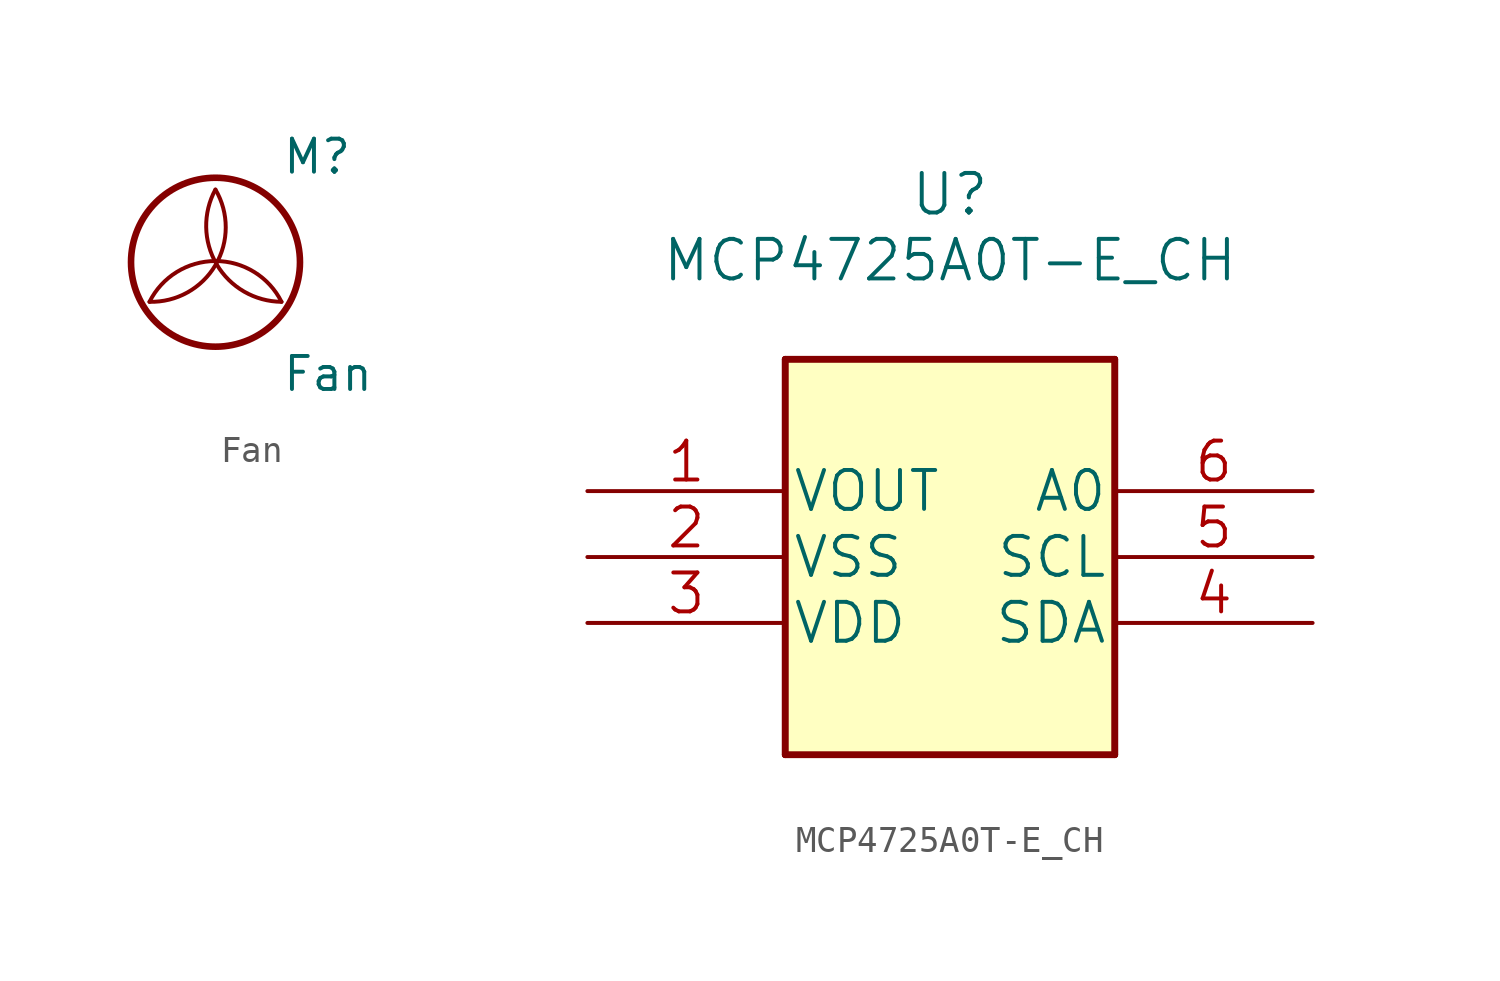
<source format=kicad_sym>
(kicad_symbol_lib
  (version 20211014)
  (generator kicad_symbol_editor)
  (symbol "Fan"
    (pin_names
      (offset 0))
    (property "Reference" "M"
      (at 2.54 5.08 0)
      (effects (font (size 1.27 1.27)) (justify left)))
    (property "Value" "Fan"
      (at 2.54 -2.54 0)
      (effects (font (size 1.27 1.27)) (justify left top)))
    (symbol "Fan_0_1"
      (arc (start -2.54 -0.508) (mid 0.0028 0.9121) (end 0 3.81) (stroke (width 0) (type default) (color 0 0 0 0)) (fill (type none)))
      (circle (center 0 1.016) (radius 3.251) (stroke (width 0.254) (type default) (color 0 0 0 0)) (fill (type none)))
      (arc (start 0 3.81) (mid 0.053 0.921) (end 2.54 -0.508) (stroke (width 0) (type default) (color 0 0 0 0)) (fill (type none)))
      (arc (start 2.54 -0.508) (mid 0 1.0618) (end -2.54 -0.508) (stroke (width 0) (type default) (color 0 0 0 0)) (fill (type none)))))
  (symbol "MCP4725A0T-E_CH"
    (pin_names
      (offset 0.254))
    (property "Reference" "U"
      (at 13.97 11.43 0)
      (effects (font (size 1.524 1.524))))
    (property "Value" "MCP4725A0T-E_CH"
      (at 13.97 8.89 0)
      (effects (font (size 1.524 1.524))))
    (property "Datasheet" ""
      (at 0 0 0)
      (effects (font (size 1.524 1.524))))
    (property "ki_locked" ""
      (at 0 0 0)
      (effects (font (size 1.27 1.27))))
    (symbol "MCP4725A0T-E_CH_1_1"
      (polyline (pts (xy 7.62 -10.16) (xy 20.32 -10.16)) (stroke (width 0.254) (type default) (color 0 0 0 0)) (fill (type none)))
      (polyline (pts (xy 7.62 5.08) (xy 7.62 -10.16)) (stroke (width 0.254) (type default) (color 0 0 0 0)) (fill (type none)))
      (polyline (pts (xy 20.32 -10.16) (xy 20.32 5.08)) (stroke (width 0.254) (type default) (color 0 0 0 0)) (fill (type none)))
      (polyline (pts (xy 20.32 5.08) (xy 7.62 5.08)) (stroke (width 0.254) (type default) (color 0 0 0 0)) (fill (type none)))
      (rectangle (start 7.62 -10.16) (end 20.32 5.08) (stroke (width 0.254) (type default) (color 0 0 0 0)) (fill (type background)))
      (pin output line (at 0 0 0) (length 7.62) (name "VOUT" (effects (font (size 1.499 1.499)))) (number "1" (effects (font (size 1.499 1.499)))))
      (pin passive line (at 0 -2.54 0) (length 7.62) (name "VSS" (effects (font (size 1.499 1.499)))) (number "2" (effects (font (size 1.499 1.499)))))
      (pin power_in line (at 0 -5.08 0) (length 7.62) (name "VDD" (effects (font (size 1.499 1.499)))) (number "3" (effects (font (size 1.499 1.499)))))
      (pin bidirectional line (at 27.94 -5.08 180) (length 7.62) (name "SDA" (effects (font (size 1.499 1.499)))) (number "4" (effects (font (size 1.499 1.499)))))
      (pin bidirectional line (at 27.94 -2.54 180) (length 7.62) (name "SCL" (effects (font (size 1.499 1.499)))) (number "5" (effects (font (size 1.499 1.499)))))
      (pin passive line (at 27.94 0 180) (length 7.62) (name "A0" (effects (font (size 1.499 1.499)))) (number "6" (effects (font (size 1.499 1.499))))))))
</source>
